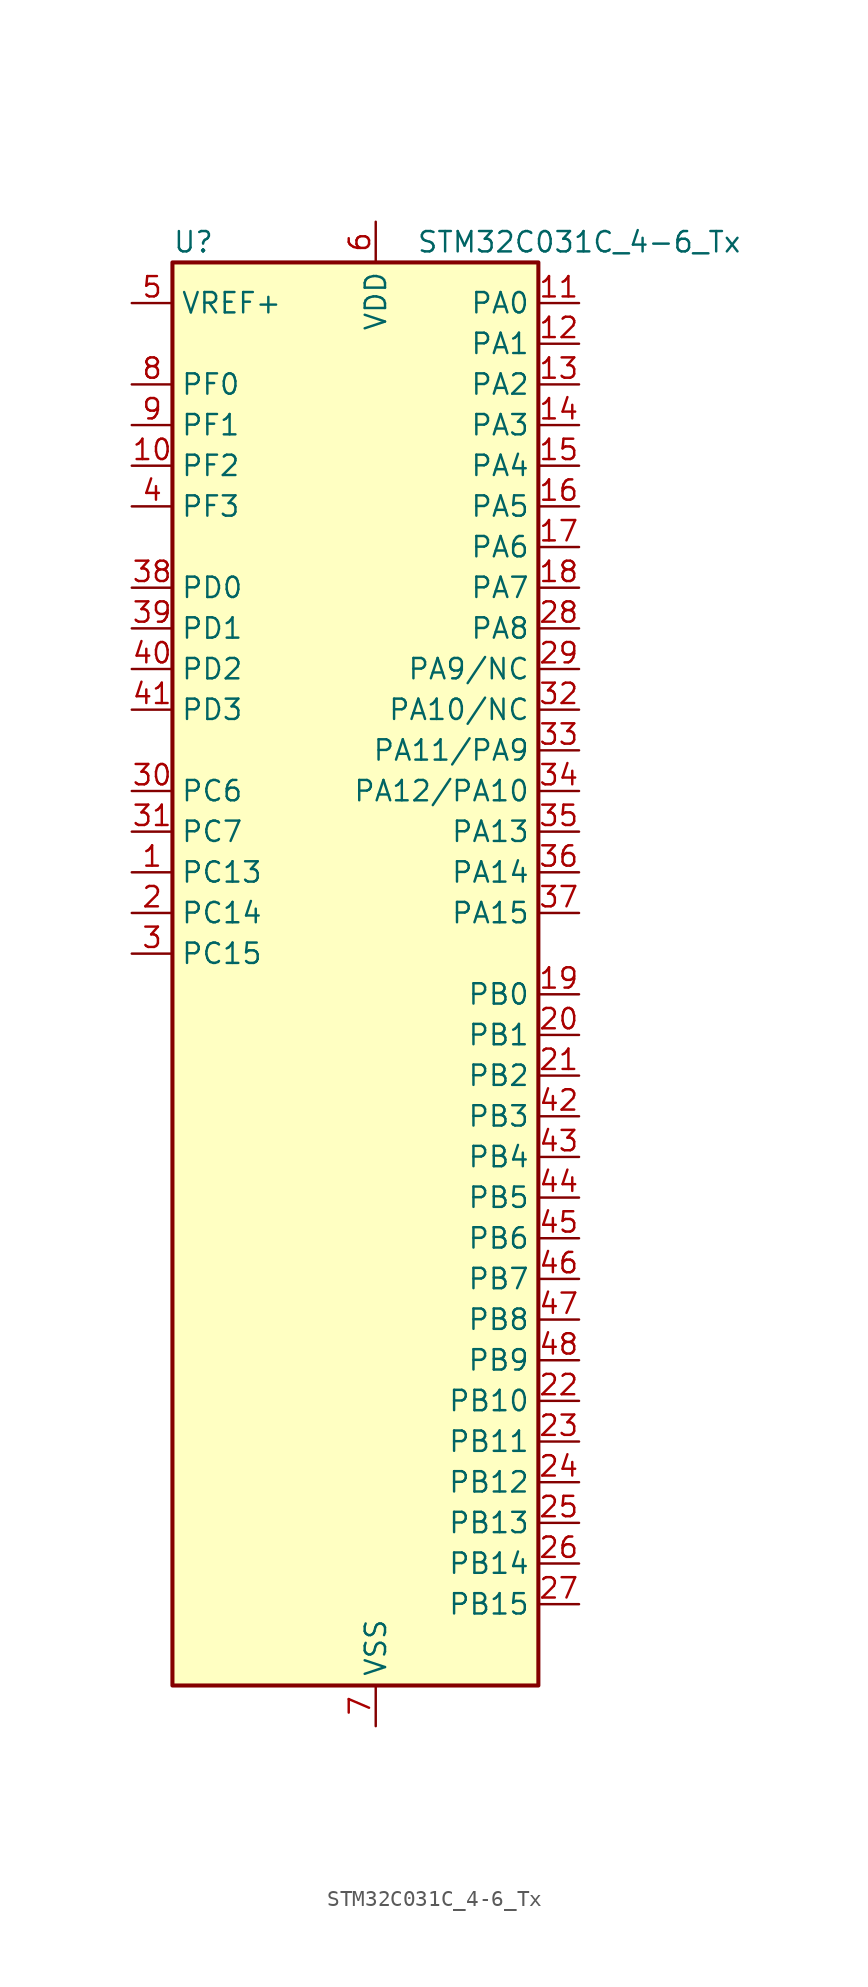
<source format=kicad_sym>
(kicad_symbol_lib
  (version 20211014)
  (generator kicad-library-utils)
  (symbol "STM32C031C_4-6_Tx"
    (property "Reference" "U"
      (at -10.16 46.99 0)
      (effects (font (size 1.27 1.27)) (justify left)))
    (property "Value" "STM32C031C_4-6_Tx"
      (at 5.08 46.99 0)
      (effects (font (size 1.27 1.27)) (justify left)))
    (property "ki_fp_filters" "LQFP*7x7mm*P0.5mm*"
      (at 0.0 0.0 0.0)
      (effects (font (size 1.27 1.27))))
    (symbol "STM32C031C_4-6_Tx_0_1"
      (rectangle (start -10.16 -43.18) (end 12.7 45.72) (stroke (width 0.254)) (fill (type background))))
    (symbol "STM32C031C_4-6_Tx_1_1"
      (pin input line (at -12.7 43.18 0) (length 2.54) (name "VREF+" (effects (font (size 1.27 1.27)))) (number "5" (effects (font (size 1.27 1.27)))))
      (pin bidirectional line (at -12.7 38.1 0) (length 2.54) (name "PF0" (effects (font (size 1.27 1.27)))) (number "8" (effects (font (size 1.27 1.27)))) (alternate "RCC_OSC_IN" bidirectional line) (alternate "TIM14_CH1" bidirectional line))
      (pin bidirectional line (at -12.7 35.56 0) (length 2.54) (name "PF1" (effects (font (size 1.27 1.27)))) (number "9" (effects (font (size 1.27 1.27)))) (alternate "RCC_OSC_EN" bidirectional line) (alternate "RCC_OSC_OUT" bidirectional line))
      (pin bidirectional line (at -12.7 33.02 0) (length 2.54) (name "PF2" (effects (font (size 1.27 1.27)))) (number "10" (effects (font (size 1.27 1.27)))) (alternate "RCC_MCO" bidirectional line) (alternate "TIM1_CH4" bidirectional line))
      (pin bidirectional line (at -12.7 30.48 0) (length 2.54) (name "PF3" (effects (font (size 1.27 1.27)))) (number "4" (effects (font (size 1.27 1.27)))))
      (pin bidirectional line (at -12.7 25.4 0) (length 2.54) (name "PD0" (effects (font (size 1.27 1.27)))) (number "38" (effects (font (size 1.27 1.27)))) (alternate "TIM16_CH1" bidirectional line))
      (pin bidirectional line (at -12.7 22.86 0) (length 2.54) (name "PD1" (effects (font (size 1.27 1.27)))) (number "39" (effects (font (size 1.27 1.27)))) (alternate "TIM17_CH1" bidirectional line))
      (pin bidirectional line (at -12.7 20.32 0) (length 2.54) (name "PD2" (effects (font (size 1.27 1.27)))) (number "40" (effects (font (size 1.27 1.27)))) (alternate "TIM1_CH1N" bidirectional line) (alternate "TIM3_ETR" bidirectional line))
      (pin bidirectional line (at -12.7 17.78 0) (length 2.54) (name "PD3" (effects (font (size 1.27 1.27)))) (number "41" (effects (font (size 1.27 1.27)))) (alternate "TIM1_CH2N" bidirectional line) (alternate "USART2_CTS" bidirectional line) (alternate "USART2_NSS" bidirectional line))
      (pin bidirectional line (at -12.7 12.7 0) (length 2.54) (name "PC6" (effects (font (size 1.27 1.27)))) (number "30" (effects (font (size 1.27 1.27)))) (alternate "TIM3_CH1" bidirectional line))
      (pin bidirectional line (at -12.7 10.16 0) (length 2.54) (name "PC7" (effects (font (size 1.27 1.27)))) (number "31" (effects (font (size 1.27 1.27)))) (alternate "TIM3_CH2" bidirectional line))
      (pin bidirectional line (at -12.7 7.62 0) (length 2.54) (name "PC13" (effects (font (size 1.27 1.27)))) (number "1" (effects (font (size 1.27 1.27)))) (alternate "PWR_WKUP2" bidirectional line) (alternate "RTC_OUT1" bidirectional line) (alternate "RTC_TS" bidirectional line) (alternate "TIM1_BKIN" bidirectional line) (alternate "TIM1_ETR" bidirectional line))
      (pin bidirectional line (at -12.7 5.08 0) (length 2.54) (name "PC14" (effects (font (size 1.27 1.27)))) (number "2" (effects (font (size 1.27 1.27)))) (alternate "I2C1_SDA" bidirectional line) (alternate "IR_OUT" bidirectional line) (alternate "RCC_OSCX_IN" bidirectional line) (alternate "TIM17_CH1" bidirectional line) (alternate "TIM1_BKIN2" bidirectional line) (alternate "TIM1_ETR" bidirectional line) (alternate "TIM3_CH2" bidirectional line) (alternate "USART1_TX" bidirectional line) (alternate "USART2_CK" bidirectional line) (alternate "USART2_DE" bidirectional line) (alternate "USART2_RTS" bidirectional line))
      (pin bidirectional line (at -12.7 2.54 0) (length 2.54) (name "PC15" (effects (font (size 1.27 1.27)))) (number "3" (effects (font (size 1.27 1.27)))) (alternate "RCC_OSC32_EN" bidirectional line) (alternate "RCC_OSCX_OUT" bidirectional line) (alternate "RCC_OSC_EN" bidirectional line) (alternate "TIM1_ETR" bidirectional line) (alternate "TIM3_CH3" bidirectional line))
      (pin bidirectional line (at 15.24 43.18 180) (length 2.54) (name "PA0" (effects (font (size 1.27 1.27)))) (number "11" (effects (font (size 1.27 1.27)))) (alternate "ADC1_IN0" bidirectional line) (alternate "PWR_WKUP1" bidirectional line) (alternate "TIM16_CH1" bidirectional line) (alternate "TIM1_CH1" bidirectional line) (alternate "USART1_TX" bidirectional line) (alternate "USART2_CTS" bidirectional line) (alternate "USART2_NSS" bidirectional line))
      (pin bidirectional line (at 15.24 40.64 180) (length 2.54) (name "PA1" (effects (font (size 1.27 1.27)))) (number "12" (effects (font (size 1.27 1.27)))) (alternate "ADC1_IN1" bidirectional line) (alternate "I2C1_SMBA" bidirectional line) (alternate "I2S1_CK" bidirectional line) (alternate "SPI1_SCK" bidirectional line) (alternate "TIM17_CH1" bidirectional line) (alternate "TIM1_CH2" bidirectional line) (alternate "USART1_RX" bidirectional line) (alternate "USART2_CK" bidirectional line) (alternate "USART2_DE" bidirectional line) (alternate "USART2_RTS" bidirectional line))
      (pin bidirectional line (at 15.24 38.1 180) (length 2.54) (name "PA2" (effects (font (size 1.27 1.27)))) (number "13" (effects (font (size 1.27 1.27)))) (alternate "ADC1_IN2" bidirectional line) (alternate "I2S1_SD" bidirectional line) (alternate "PWR_WKUP4" bidirectional line) (alternate "RCC_LSCO" bidirectional line) (alternate "SPI1_MOSI" bidirectional line) (alternate "TIM16_CH1N" bidirectional line) (alternate "TIM1_CH3" bidirectional line) (alternate "TIM3_ETR" bidirectional line) (alternate "USART2_TX" bidirectional line))
      (pin bidirectional line (at 15.24 35.56 180) (length 2.54) (name "PA3" (effects (font (size 1.27 1.27)))) (number "14" (effects (font (size 1.27 1.27)))) (alternate "ADC1_IN3" bidirectional line) (alternate "TIM1_CH1N" bidirectional line) (alternate "TIM1_CH4" bidirectional line) (alternate "USART2_RX" bidirectional line))
      (pin bidirectional line (at 15.24 33.02 180) (length 2.54) (name "PA4" (effects (font (size 1.27 1.27)))) (number "15" (effects (font (size 1.27 1.27)))) (alternate "ADC1_IN4" bidirectional line) (alternate "I2S1_WS" bidirectional line) (alternate "RTC_OUT2" bidirectional line) (alternate "SPI1_NSS" bidirectional line) (alternate "TIM14_CH1" bidirectional line) (alternate "TIM17_CH1N" bidirectional line) (alternate "TIM1_CH2N" bidirectional line) (alternate "USART2_TX" bidirectional line))
      (pin bidirectional line (at 15.24 30.48 180) (length 2.54) (name "PA5" (effects (font (size 1.27 1.27)))) (number "16" (effects (font (size 1.27 1.27)))) (alternate "ADC1_IN5" bidirectional line) (alternate "I2S1_CK" bidirectional line) (alternate "SPI1_SCK" bidirectional line) (alternate "TIM1_CH1" bidirectional line) (alternate "TIM1_CH3N" bidirectional line) (alternate "USART2_RX" bidirectional line))
      (pin bidirectional line (at 15.24 27.94 180) (length 2.54) (name "PA6" (effects (font (size 1.27 1.27)))) (number "17" (effects (font (size 1.27 1.27)))) (alternate "ADC1_IN6" bidirectional line) (alternate "I2S1_MCK" bidirectional line) (alternate "SPI1_MISO" bidirectional line) (alternate "TIM16_CH1" bidirectional line) (alternate "TIM1_BKIN" bidirectional line) (alternate "TIM3_CH1" bidirectional line))
      (pin bidirectional line (at 15.24 25.4 180) (length 2.54) (name "PA7" (effects (font (size 1.27 1.27)))) (number "18" (effects (font (size 1.27 1.27)))) (alternate "ADC1_IN7" bidirectional line) (alternate "I2S1_SD" bidirectional line) (alternate "SPI1_MOSI" bidirectional line) (alternate "TIM14_CH1" bidirectional line) (alternate "TIM17_CH1" bidirectional line) (alternate "TIM1_CH1N" bidirectional line) (alternate "TIM3_CH2" bidirectional line))
      (pin bidirectional line (at 15.24 22.86 180) (length 2.54) (name "PA8" (effects (font (size 1.27 1.27)))) (number "28" (effects (font (size 1.27 1.27)))) (alternate "ADC1_IN8" bidirectional line) (alternate "I2S1_WS" bidirectional line) (alternate "RCC_MCO" bidirectional line) (alternate "RCC_MCO_2" bidirectional line) (alternate "SPI1_NSS" bidirectional line) (alternate "TIM14_CH1" bidirectional line) (alternate "TIM1_CH1" bidirectional line) (alternate "TIM1_CH2N" bidirectional line) (alternate "TIM1_CH3N" bidirectional line) (alternate "TIM3_CH3" bidirectional line) (alternate "TIM3_CH4" bidirectional line) (alternate "USART1_RX" bidirectional line) (alternate "USART2_TX" bidirectional line))
      (pin bidirectional line (at 15.24 20.32 180) (length 2.54) (name "PA9/NC" (effects (font (size 1.27 1.27)))) (number "29" (effects (font (size 1.27 1.27)))) (alternate "I2C1_SCL" bidirectional line) (alternate "RCC_MCO" bidirectional line) (alternate "TIM1_CH2" bidirectional line) (alternate "TIM3_ETR" bidirectional line) (alternate "USART1_TX" bidirectional line))
      (pin bidirectional line (at 15.24 17.78 180) (length 2.54) (name "PA10/NC" (effects (font (size 1.27 1.27)))) (number "32" (effects (font (size 1.27 1.27)))) (alternate "I2C1_SDA" bidirectional line) (alternate "RCC_MCO_2" bidirectional line) (alternate "TIM17_BKIN" bidirectional line) (alternate "TIM1_CH3" bidirectional line) (alternate "USART1_RX" bidirectional line))
      (pin bidirectional line (at 15.24 15.24 180) (length 2.54) (name "PA11/PA9" (effects (font (size 1.27 1.27)))) (number "33" (effects (font (size 1.27 1.27)))) (alternate "ADC1_EXTI11" bidirectional line) (alternate "ADC1_IN11" bidirectional line) (alternate "I2S1_MCK" bidirectional line) (alternate "SPI1_MISO" bidirectional line) (alternate "TIM1_BKIN2" bidirectional line) (alternate "TIM1_CH4" bidirectional line) (alternate "USART1_CTS" bidirectional line) (alternate "USART1_NSS" bidirectional line))
      (pin bidirectional line (at 15.24 12.7 180) (length 2.54) (name "PA12/PA10" (effects (font (size 1.27 1.27)))) (number "34" (effects (font (size 1.27 1.27)))) (alternate "ADC1_IN12" bidirectional line) (alternate "I2S1_SD" bidirectional line) (alternate "I2S_CKIN" bidirectional line) (alternate "SPI1_MOSI" bidirectional line) (alternate "TIM1_ETR" bidirectional line) (alternate "USART1_CK" bidirectional line) (alternate "USART1_DE" bidirectional line) (alternate "USART1_RTS" bidirectional line))
      (pin bidirectional line (at 15.24 10.16 180) (length 2.54) (name "PA13" (effects (font (size 1.27 1.27)))) (number "35" (effects (font (size 1.27 1.27)))) (alternate "ADC1_IN13" bidirectional line) (alternate "DEBUG_SWDIO" bidirectional line) (alternate "IR_OUT" bidirectional line) (alternate "TIM3_ETR" bidirectional line) (alternate "USART2_RX" bidirectional line))
      (pin bidirectional line (at 15.24 7.62 180) (length 2.54) (name "PA14" (effects (font (size 1.27 1.27)))) (number "36" (effects (font (size 1.27 1.27)))) (alternate "ADC1_IN14" bidirectional line) (alternate "DEBUG_SWCLK" bidirectional line) (alternate "I2S1_WS" bidirectional line) (alternate "RCC_MCO_2" bidirectional line) (alternate "SPI1_NSS" bidirectional line) (alternate "TIM1_CH1" bidirectional line) (alternate "USART1_CK" bidirectional line) (alternate "USART1_DE" bidirectional line) (alternate "USART1_RTS" bidirectional line) (alternate "USART2_RX" bidirectional line) (alternate "USART2_TX" bidirectional line))
      (pin bidirectional line (at 15.24 5.08 180) (length 2.54) (name "PA15" (effects (font (size 1.27 1.27)))) (number "37" (effects (font (size 1.27 1.27)))) (alternate "I2S1_WS" bidirectional line) (alternate "RCC_MCO_2" bidirectional line) (alternate "SPI1_NSS" bidirectional line) (alternate "TIM1_CH1" bidirectional line) (alternate "USART1_CK" bidirectional line) (alternate "USART1_DE" bidirectional line) (alternate "USART1_RTS" bidirectional line) (alternate "USART2_RX" bidirectional line))
      (pin bidirectional line (at 15.24 0.0 180) (length 2.54) (name "PB0" (effects (font (size 1.27 1.27)))) (number "19" (effects (font (size 1.27 1.27)))) (alternate "ADC1_IN17" bidirectional line) (alternate "I2S1_WS" bidirectional line) (alternate "SPI1_NSS" bidirectional line) (alternate "TIM1_CH2N" bidirectional line) (alternate "TIM3_CH3" bidirectional line))
      (pin bidirectional line (at 15.24 -2.54 180) (length 2.54) (name "PB1" (effects (font (size 1.27 1.27)))) (number "20" (effects (font (size 1.27 1.27)))) (alternate "ADC1_IN18" bidirectional line) (alternate "TIM14_CH1" bidirectional line) (alternate "TIM1_CH2N" bidirectional line) (alternate "TIM1_CH3N" bidirectional line) (alternate "TIM3_CH4" bidirectional line))
      (pin bidirectional line (at 15.24 -5.08 180) (length 2.54) (name "PB2" (effects (font (size 1.27 1.27)))) (number "21" (effects (font (size 1.27 1.27)))) (alternate "ADC1_IN19" bidirectional line) (alternate "RCC_MCO_2" bidirectional line) (alternate "USART1_RX" bidirectional line))
      (pin bidirectional line (at 15.24 -7.62 180) (length 2.54) (name "PB3" (effects (font (size 1.27 1.27)))) (number "42" (effects (font (size 1.27 1.27)))) (alternate "I2S1_CK" bidirectional line) (alternate "SPI1_SCK" bidirectional line) (alternate "TIM1_CH2" bidirectional line) (alternate "TIM3_CH2" bidirectional line) (alternate "USART1_CK" bidirectional line) (alternate "USART1_DE" bidirectional line) (alternate "USART1_RTS" bidirectional line))
      (pin bidirectional line (at 15.24 -10.16 180) (length 2.54) (name "PB4" (effects (font (size 1.27 1.27)))) (number "43" (effects (font (size 1.27 1.27)))) (alternate "I2S1_MCK" bidirectional line) (alternate "SPI1_MISO" bidirectional line) (alternate "TIM17_BKIN" bidirectional line) (alternate "TIM3_CH1" bidirectional line) (alternate "USART1_CTS" bidirectional line) (alternate "USART1_NSS" bidirectional line))
      (pin bidirectional line (at 15.24 -12.7 180) (length 2.54) (name "PB5" (effects (font (size 1.27 1.27)))) (number "44" (effects (font (size 1.27 1.27)))) (alternate "I2C1_SMBA" bidirectional line) (alternate "I2S1_SD" bidirectional line) (alternate "PWR_WKUP6" bidirectional line) (alternate "SPI1_MOSI" bidirectional line) (alternate "TIM16_BKIN" bidirectional line) (alternate "TIM3_CH2" bidirectional line) (alternate "TIM3_CH3" bidirectional line))
      (pin bidirectional line (at 15.24 -15.24 180) (length 2.54) (name "PB6" (effects (font (size 1.27 1.27)))) (number "45" (effects (font (size 1.27 1.27)))) (alternate "I2C1_SCL" bidirectional line) (alternate "I2C1_SMBA" bidirectional line) (alternate "I2S1_CK" bidirectional line) (alternate "I2S1_MCK" bidirectional line) (alternate "I2S1_SD" bidirectional line) (alternate "PWR_WKUP3" bidirectional line) (alternate "SPI1_MISO" bidirectional line) (alternate "SPI1_MOSI" bidirectional line) (alternate "SPI1_SCK" bidirectional line) (alternate "TIM16_BKIN" bidirectional line) (alternate "TIM16_CH1N" bidirectional line) (alternate "TIM17_BKIN" bidirectional line) (alternate "TIM1_CH2" bidirectional line) (alternate "TIM1_CH3" bidirectional line) (alternate "TIM3_CH1" bidirectional line) (alternate "TIM3_CH2" bidirectional line) (alternate "TIM3_CH3" bidirectional line) (alternate "USART1_CK" bidirectional line) (alternate "USART1_CTS" bidirectional line) (alternate "USART1_DE" bidirectional line) (alternate "USART1_NSS" bidirectional line) (alternate "USART1_RTS" bidirectional line) (alternate "USART1_TX" bidirectional line))
      (pin bidirectional line (at 15.24 -17.78 180) (length 2.54) (name "PB7" (effects (font (size 1.27 1.27)))) (number "46" (effects (font (size 1.27 1.27)))) (alternate "I2C1_SCL" bidirectional line) (alternate "I2C1_SDA" bidirectional line) (alternate "TIM16_CH1" bidirectional line) (alternate "TIM17_CH1N" bidirectional line) (alternate "TIM1_CH4" bidirectional line) (alternate "TIM3_CH1" bidirectional line) (alternate "TIM3_CH4" bidirectional line) (alternate "USART1_RX" bidirectional line) (alternate "USART2_CTS" bidirectional line) (alternate "USART2_NSS" bidirectional line))
      (pin bidirectional line (at 15.24 -20.32 180) (length 2.54) (name "PB8" (effects (font (size 1.27 1.27)))) (number "47" (effects (font (size 1.27 1.27)))) (alternate "I2C1_SCL" bidirectional line) (alternate "TIM16_CH1" bidirectional line) (alternate "TIM3_CH1" bidirectional line) (alternate "USART2_CTS" bidirectional line) (alternate "USART2_NSS" bidirectional line))
      (pin bidirectional line (at 15.24 -22.86 180) (length 2.54) (name "PB9" (effects (font (size 1.27 1.27)))) (number "48" (effects (font (size 1.27 1.27)))) (alternate "I2C1_SDA" bidirectional line) (alternate "IR_OUT" bidirectional line) (alternate "TIM17_CH1" bidirectional line) (alternate "TIM3_CH2" bidirectional line) (alternate "USART2_CK" bidirectional line) (alternate "USART2_DE" bidirectional line) (alternate "USART2_RTS" bidirectional line))
      (pin bidirectional line (at 15.24 -25.4 180) (length 2.54) (name "PB10" (effects (font (size 1.27 1.27)))) (number "22" (effects (font (size 1.27 1.27)))) (alternate "ADC1_IN20" bidirectional line))
      (pin bidirectional line (at 15.24 -27.94 180) (length 2.54) (name "PB11" (effects (font (size 1.27 1.27)))) (number "23" (effects (font (size 1.27 1.27)))) (alternate "ADC1_EXTI11" bidirectional line) (alternate "ADC1_IN21" bidirectional line))
      (pin bidirectional line (at 15.24 -30.48 180) (length 2.54) (name "PB12" (effects (font (size 1.27 1.27)))) (number "24" (effects (font (size 1.27 1.27)))) (alternate "ADC1_IN22" bidirectional line) (alternate "TIM1_BKIN" bidirectional line) (alternate "TIM1_BKIN2" bidirectional line))
      (pin bidirectional line (at 15.24 -33.02 180) (length 2.54) (name "PB13" (effects (font (size 1.27 1.27)))) (number "25" (effects (font (size 1.27 1.27)))) (alternate "TIM1_CH1N" bidirectional line))
      (pin bidirectional line (at 15.24 -35.56 180) (length 2.54) (name "PB14" (effects (font (size 1.27 1.27)))) (number "26" (effects (font (size 1.27 1.27)))) (alternate "TIM1_CH2N" bidirectional line))
      (pin bidirectional line (at 15.24 -38.1 180) (length 2.54) (name "PB15" (effects (font (size 1.27 1.27)))) (number "27" (effects (font (size 1.27 1.27)))) (alternate "RTC_REFIN" bidirectional line) (alternate "TIM1_CH3N" bidirectional line))
      (pin power_in line (at 2.54 48.26 270) (length 2.54) (name "VDD" (effects (font (size 1.27 1.27)))) (number "6" (effects (font (size 1.27 1.27)))))
      (pin power_in line (at 2.54 -45.72 90) (length 2.54) (name "VSS" (effects (font (size 1.27 1.27)))) (number "7" (effects (font (size 1.27 1.27))))))))
</source>
